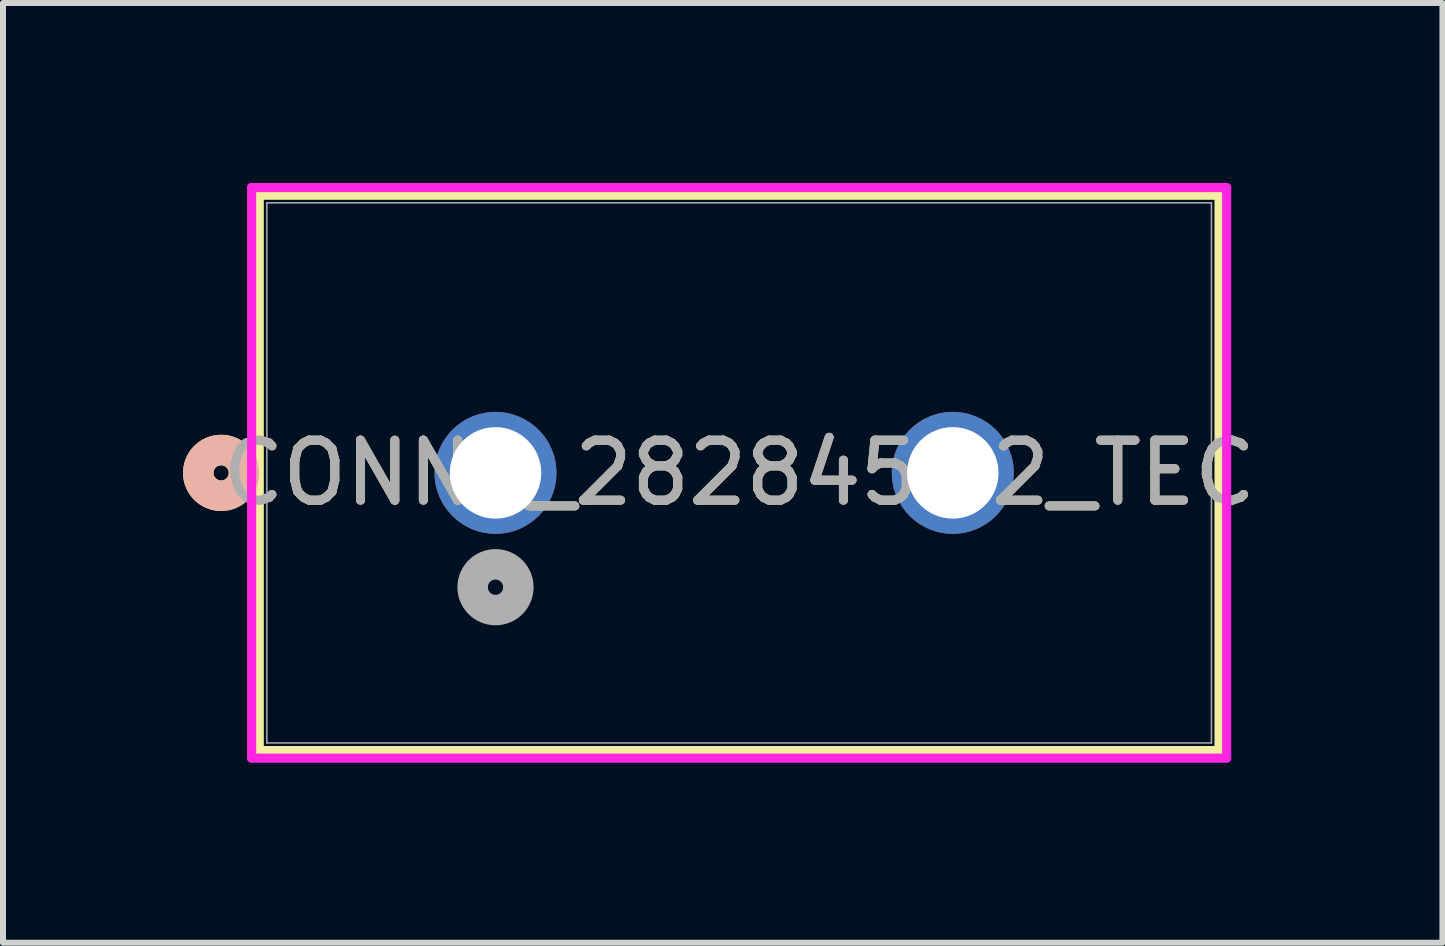
<source format=kicad_pcb>
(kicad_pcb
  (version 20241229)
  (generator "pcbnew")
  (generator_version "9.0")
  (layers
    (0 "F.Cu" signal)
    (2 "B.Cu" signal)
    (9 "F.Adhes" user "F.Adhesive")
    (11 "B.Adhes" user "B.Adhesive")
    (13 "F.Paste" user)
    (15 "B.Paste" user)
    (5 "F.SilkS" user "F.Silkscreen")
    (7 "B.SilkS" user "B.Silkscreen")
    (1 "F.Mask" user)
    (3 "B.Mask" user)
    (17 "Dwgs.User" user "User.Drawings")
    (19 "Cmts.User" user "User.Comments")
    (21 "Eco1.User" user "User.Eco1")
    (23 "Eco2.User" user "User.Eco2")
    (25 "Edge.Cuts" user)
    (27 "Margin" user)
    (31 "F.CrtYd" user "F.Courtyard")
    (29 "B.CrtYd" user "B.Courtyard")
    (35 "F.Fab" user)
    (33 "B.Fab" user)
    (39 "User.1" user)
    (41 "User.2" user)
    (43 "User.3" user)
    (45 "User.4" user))
  (footprint "CONN2_282845-2_TEC"
    (layer "F.Cu")
    (at 5.207 4.83)
    (property "Reference" "CONN2_282845-2_TEC" (at 4.06 0 0) (unlocked yes) (layer "F.SilkS") (effects (font (size 1 1) (thickness 0.15))))
    (attr through_hole)
    (fp_line (start -3.937 -4.627) (end -3.937 4.627) (stroke (width 0.152) (type solid)) (layer "F.SilkS"))
    (fp_line (start -3.937 4.627) (end 12.057 4.627) (stroke (width 0.152) (type solid)) (layer "F.SilkS"))
    (fp_line (start 12.057 -4.627) (end -3.937 -4.627) (stroke (width 0.152) (type solid)) (layer "F.SilkS"))
    (fp_line (start 12.057 4.627) (end 12.057 -4.627) (stroke (width 0.152) (type solid)) (layer "F.SilkS"))
    (fp_circle (center -4.572 0) (end -4.191 0) (stroke (width 0.508) (type solid)) (fill no) (layer "F.SilkS"))
    (fp_circle (center -4.572 0) (end -4.191 0) (stroke (width 0.508) (type solid)) (fill no) (layer "B.SilkS"))
    (fp_line (start -4.064 -4.754) (end -4.064 4.754) (stroke (width 0.152) (type solid)) (layer "F.CrtYd"))
    (fp_line (start -4.064 4.754) (end 12.184 4.754) (stroke (width 0.152) (type solid)) (layer "F.CrtYd"))
    (fp_line (start 12.184 -4.754) (end -4.064 -4.754) (stroke (width 0.152) (type solid)) (layer "F.CrtYd"))
    (fp_line (start 12.184 4.754) (end 12.184 -4.754) (stroke (width 0.152) (type solid)) (layer "F.CrtYd"))
    (fp_line (start -3.81 -4.5) (end -3.81 4.5) (stroke (width 0.025) (type solid)) (layer "F.Fab"))
    (fp_line (start -3.81 4.5) (end 11.93 4.5) (stroke (width 0.025) (type solid)) (layer "F.Fab"))
    (fp_line (start 11.93 -4.5) (end -3.81 -4.5) (stroke (width 0.025) (type solid)) (layer "F.Fab"))
    (fp_line (start 11.93 4.5) (end 11.93 -4.5) (stroke (width 0.025) (type solid)) (layer "F.Fab"))
    (fp_circle (center 0 1.905) (end 0.381 1.905) (stroke (width 0.508) (type solid)) (fill no) (layer "F.Fab"))
    (fp_text user "${REFERENCE}" (at 4.06 0 0) (unlocked yes) (layer "F.Fab") (effects (font (size 1 1) (thickness 0.15))))
    (pad "1" thru_hole circle (at 0 0) (size 2.032 2.032) (drill 1.524) (layers "*.Cu" "*.Mask"))
    (pad "2" thru_hole circle (at 7.62 0) (size 2.032 2.032) (drill 1.524) (layers "*.Cu" "*.Mask")))
  (gr_rect
    (start -3 -3)
    (end 20.987 12.66)
    (stroke (width 0.1) (type default))
    (fill no)
    (layer "Edge.Cuts")))
</source>
